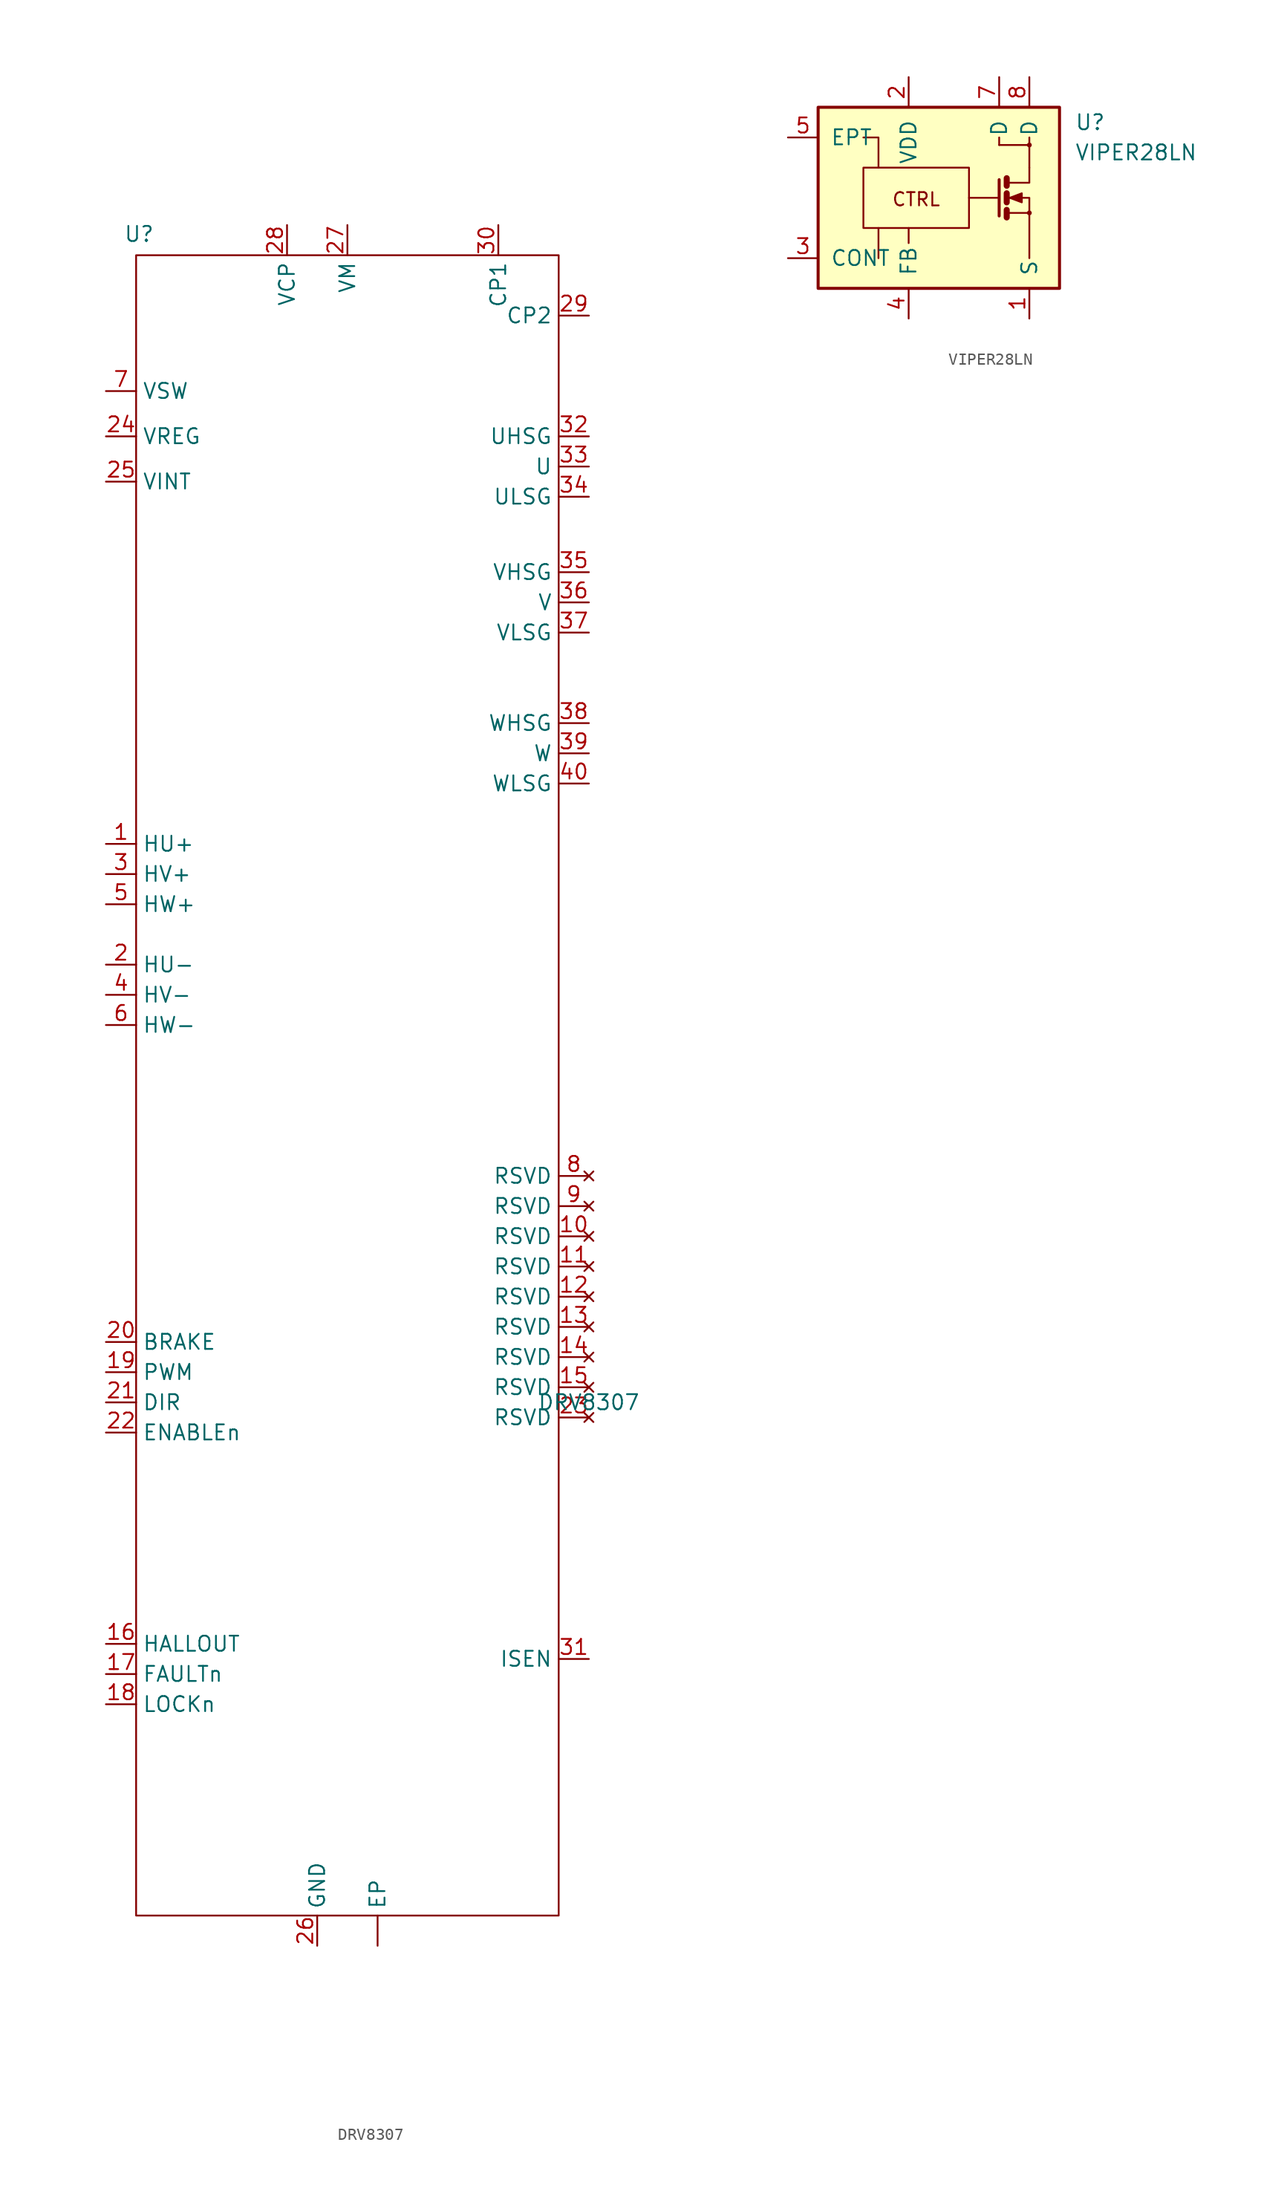
<source format=kicad_sym>
(kicad_symbol_lib
  (version 20231120)
  (generator "kicad_symbol_editor")
  (generator_version "8.0")
  (symbol "DRV8307"
    (property "Reference" "U"
      (at -17.526 72.898 0)
      (effects (font (size 1.27 1.27))))
    (property "Value" "DRV8307"
      (at 20.32 -25.4 0)
      (effects (font (size 1.27 1.27))))
    (symbol "DRV8307_1_0"
      (pin power_in line (at 2.54 -71.12 90) (length 2.54) (name "EP" (effects (font (size 1.27 1.27)))) (number "" (effects (font (size 1.27 1.27)))))
      (pin input line (at -20.32 21.59 0) (length 2.54) (name "HU+" (effects (font (size 1.27 1.27)))) (number "1" (effects (font (size 1.27 1.27)))))
      (pin no_connect line (at 20.32 -11.43 180) (length 2.54) (name "RSVD" (effects (font (size 1.27 1.27)))) (number "10" (effects (font (size 1.27 1.27)))))
      (pin no_connect line (at 20.32 -13.97 180) (length 2.54) (name "RSVD" (effects (font (size 1.27 1.27)))) (number "11" (effects (font (size 1.27 1.27)))))
      (pin no_connect line (at 20.32 -16.51 180) (length 2.54) (name "RSVD" (effects (font (size 1.27 1.27)))) (number "12" (effects (font (size 1.27 1.27)))))
      (pin no_connect line (at 20.32 -19.05 180) (length 2.54) (name "RSVD" (effects (font (size 1.27 1.27)))) (number "13" (effects (font (size 1.27 1.27)))))
      (pin no_connect line (at 20.32 -21.59 180) (length 2.54) (name "RSVD" (effects (font (size 1.27 1.27)))) (number "14" (effects (font (size 1.27 1.27)))))
      (pin no_connect line (at 20.32 -24.13 180) (length 2.54) (name "RSVD" (effects (font (size 1.27 1.27)))) (number "15" (effects (font (size 1.27 1.27)))))
      (pin open_collector line (at -20.32 -45.72 0) (length 2.54) (name "HALLOUT" (effects (font (size 1.27 1.27)))) (number "16" (effects (font (size 1.27 1.27)))))
      (pin open_collector line (at -20.32 -48.26 0) (length 2.54) (name "FAULTn" (effects (font (size 1.27 1.27)))) (number "17" (effects (font (size 1.27 1.27)))))
      (pin open_collector line (at -20.32 -50.8 0) (length 2.54) (name "LOCKn" (effects (font (size 1.27 1.27)))) (number "18" (effects (font (size 1.27 1.27)))))
      (pin input line (at -20.32 -22.86 0) (length 2.54) (name "PWM" (effects (font (size 1.27 1.27)))) (number "19" (effects (font (size 1.27 1.27)))))
      (pin input line (at -20.32 11.43 0) (length 2.54) (name "HU-" (effects (font (size 1.27 1.27)))) (number "2" (effects (font (size 1.27 1.27)))))
      (pin input line (at -20.32 -20.32 0) (length 2.54) (name "BRAKE" (effects (font (size 1.27 1.27)))) (number "20" (effects (font (size 1.27 1.27)))))
      (pin input line (at -20.32 -25.4 0) (length 2.54) (name "DIR" (effects (font (size 1.27 1.27)))) (number "21" (effects (font (size 1.27 1.27)))))
      (pin input line (at -20.32 -27.94 0) (length 2.54) (name "ENABLEn" (effects (font (size 1.27 1.27)))) (number "22" (effects (font (size 1.27 1.27)))))
      (pin no_connect line (at 20.32 -26.67 180) (length 2.54) (name "RSVD" (effects (font (size 1.27 1.27)))) (number "23" (effects (font (size 1.27 1.27)))))
      (pin power_out line (at -20.32 55.88 0) (length 2.54) (name "VREG" (effects (font (size 1.27 1.27)))) (number "24" (effects (font (size 1.27 1.27)))))
      (pin bidirectional line (at -20.32 52.07 0) (length 2.54) (name "VINT" (effects (font (size 1.27 1.27)))) (number "25" (effects (font (size 1.27 1.27)))))
      (pin input line (at -2.54 -71.12 90) (length 2.54) (name "GND" (effects (font (size 1.27 1.27)))) (number "26" (effects (font (size 1.27 1.27)))))
      (pin input line (at 0 73.66 270) (length 2.54) (name "VM" (effects (font (size 1.27 1.27)))) (number "27" (effects (font (size 1.27 1.27)))))
      (pin bidirectional line (at -5.08 73.66 270) (length 2.54) (name "VCP" (effects (font (size 1.27 1.27)))) (number "28" (effects (font (size 1.27 1.27)))))
      (pin bidirectional line (at 20.32 66.04 180) (length 2.54) (name "CP2" (effects (font (size 1.27 1.27)))) (number "29" (effects (font (size 1.27 1.27)))))
      (pin input line (at -20.32 19.05 0) (length 2.54) (name "HV+" (effects (font (size 1.27 1.27)))) (number "3" (effects (font (size 1.27 1.27)))))
      (pin bidirectional line (at 12.7 73.66 270) (length 2.54) (name "CP1" (effects (font (size 1.27 1.27)))) (number "30" (effects (font (size 1.27 1.27)))))
      (pin input line (at 20.32 -46.99 180) (length 2.54) (name "ISEN" (effects (font (size 1.27 1.27)))) (number "31" (effects (font (size 1.27 1.27)))))
      (pin output line (at 20.32 55.88 180) (length 2.54) (name "UHSG" (effects (font (size 1.27 1.27)))) (number "32" (effects (font (size 1.27 1.27)))))
      (pin input line (at 20.32 53.34 180) (length 2.54) (name "U" (effects (font (size 1.27 1.27)))) (number "33" (effects (font (size 1.27 1.27)))))
      (pin output line (at 20.32 50.8 180) (length 2.54) (name "ULSG" (effects (font (size 1.27 1.27)))) (number "34" (effects (font (size 1.27 1.27)))))
      (pin output line (at 20.32 44.45 180) (length 2.54) (name "VHSG" (effects (font (size 1.27 1.27)))) (number "35" (effects (font (size 1.27 1.27)))))
      (pin input line (at 20.32 41.91 180) (length 2.54) (name "V" (effects (font (size 1.27 1.27)))) (number "36" (effects (font (size 1.27 1.27)))))
      (pin output line (at 20.32 39.37 180) (length 2.54) (name "VLSG" (effects (font (size 1.27 1.27)))) (number "37" (effects (font (size 1.27 1.27)))))
      (pin output line (at 20.32 31.75 180) (length 2.54) (name "WHSG" (effects (font (size 1.27 1.27)))) (number "38" (effects (font (size 1.27 1.27)))))
      (pin input line (at 20.32 29.21 180) (length 2.54) (name "W" (effects (font (size 1.27 1.27)))) (number "39" (effects (font (size 1.27 1.27)))))
      (pin input line (at -20.32 8.89 0) (length 2.54) (name "HV-" (effects (font (size 1.27 1.27)))) (number "4" (effects (font (size 1.27 1.27)))))
      (pin output line (at 20.32 26.67 180) (length 2.54) (name "WLSG" (effects (font (size 1.27 1.27)))) (number "40" (effects (font (size 1.27 1.27)))))
      (pin input line (at -20.32 16.51 0) (length 2.54) (name "HW+" (effects (font (size 1.27 1.27)))) (number "5" (effects (font (size 1.27 1.27)))))
      (pin input line (at -20.32 6.35 0) (length 2.54) (name "HW-" (effects (font (size 1.27 1.27)))) (number "6" (effects (font (size 1.27 1.27)))))
      (pin output line (at -20.32 59.69 0) (length 2.54) (name "VSW" (effects (font (size 1.27 1.27)))) (number "7" (effects (font (size 1.27 1.27)))))
      (pin no_connect line (at 20.32 -6.35 180) (length 2.54) (name "RSVD" (effects (font (size 1.27 1.27)))) (number "8" (effects (font (size 1.27 1.27)))))
      (pin no_connect line (at 20.32 -8.89 180) (length 2.54) (name "RSVD" (effects (font (size 1.27 1.27)))) (number "9" (effects (font (size 1.27 1.27))))))
    (symbol "DRV8307_1_1"
      (rectangle (start -17.78 71.12) (end 17.78 -68.58) (stroke (width 0) (type default)) (fill (type none)))))
  (symbol "VIPER28LN"
    (pin_names
      (offset 1.016))
    (property "Reference" "U"
      (at 11.43 6.35 0)
      (effects (font (size 1.27 1.27)) (justify left)))
    (property "Value" "VIPER28LN"
      (at 11.43 3.81 0)
      (effects (font (size 1.27 1.27)) (justify left)))
    (symbol "VIPER28LN_0_0"
      (rectangle (start -10.16 7.62) (end 10.16 -7.62) (stroke (width 0.254) (type default)) (fill (type background)))
      (polyline (pts (xy -5.08 -2.54) (xy -5.08 -5.08)) (stroke (width 0) (type default)) (fill (type none)))
      (polyline (pts (xy 5.08 5.08) (xy 5.08 4.445)) (stroke (width 0) (type default)) (fill (type none)))
      (polyline (pts (xy 7.62 2.54) (xy 7.62 4.445)) (stroke (width 0) (type default)) (fill (type none)))
      (polyline (pts (xy -6.35 5.08) (xy -5.08 5.08) (xy -5.08 2.54)) (stroke (width 0) (type default)) (fill (type none)))
      (circle (center 7.62 -1.27) (radius 0.127) (stroke (width 0) (type default)) (fill (type none)))
      (circle (center 7.62 4.445) (radius 0.127) (stroke (width 0) (type default)) (fill (type none)))
      (text "CTRL" (at -1.905 -0.127 0) (effects (font (size 1.118 1.118)))))
    (symbol "VIPER28LN_0_1"
      (rectangle (start -6.35 -2.54) (end 2.54 2.54) (stroke (width 0) (type default)) (fill (type none)))
      (polyline (pts (xy -2.54 -3.81) (xy -2.54 -2.54)) (stroke (width 0) (type default)) (fill (type none)))
      (polyline (pts (xy 5.08 0) (xy 2.54 0)) (stroke (width 0) (type default)) (fill (type none)))
      (polyline (pts (xy 5.715 -1.27) (xy 7.62 -1.27)) (stroke (width 0) (type default)) (fill (type none)))
      (polyline (pts (xy 5.715 -1.016) (xy 5.715 -1.651)) (stroke (width 0.508) (type default)) (fill (type none)))
      (polyline (pts (xy 5.715 0.381) (xy 5.715 -0.381)) (stroke (width 0.508) (type default)) (fill (type none)))
      (polyline (pts (xy 5.715 1.651) (xy 5.715 1.016)) (stroke (width 0.508) (type default)) (fill (type none)))
      (polyline (pts (xy 5.08 1.524) (xy 5.08 -1.524) (xy 5.08 -1.524)) (stroke (width 0.254) (type default)) (fill (type none)))
      (polyline (pts (xy 5.08 4.445) (xy 7.62 4.445) (xy 7.62 5.08)) (stroke (width 0) (type default)) (fill (type none)))
      (polyline (pts (xy 7.62 -1.27) (xy 7.62 -5.08) (xy 7.62 -3.048)) (stroke (width 0) (type default)) (fill (type none)))
      (polyline (pts (xy 5.842 1.27) (xy 7.62 1.27) (xy 7.62 2.54) (xy 7.62 2.54)) (stroke (width 0) (type default)) (fill (type none)))
      (polyline (pts (xy 5.842 0) (xy 6.35 0) (xy 7.62 0) (xy 7.62 -1.27) (xy 7.62 -1.27)) (stroke (width 0) (type default)) (fill (type none)))
      (polyline (pts (xy 5.969 0) (xy 6.985 0.381) (xy 6.985 -0.381) (xy 5.969 0) (xy 6.096 0) (xy 6.096 0)) (stroke (width 0) (type default)) (fill (type outline))))
    (symbol "VIPER28LN_1_1"
      (pin passive line (at 7.62 -10.16 90) (length 2.54) (name "S" (effects (font (size 1.27 1.27)))) (number "1" (effects (font (size 1.27 1.27)))))
      (pin power_in line (at -2.54 10.16 270) (length 2.54) (name "VDD" (effects (font (size 1.27 1.27)))) (number "2" (effects (font (size 1.27 1.27)))))
      (pin input line (at -12.7 -5.08 0) (length 2.54) (name "CONT" (effects (font (size 1.27 1.27)))) (number "3" (effects (font (size 1.27 1.27)))))
      (pin input line (at -2.54 -10.16 90) (length 2.54) (name "FB" (effects (font (size 1.27 1.27)))) (number "4" (effects (font (size 1.27 1.27)))))
      (pin input line (at -12.7 5.08 0) (length 2.54) (name "EPT" (effects (font (size 1.27 1.27)))) (number "5" (effects (font (size 1.27 1.27)))))
      (pin passive line (at 5.08 10.16 270) (length 2.54) (name "D" (effects (font (size 1.27 1.27)))) (number "7" (effects (font (size 1.27 1.27)))))
      (pin passive line (at 7.62 10.16 270) (length 2.54) (name "D" (effects (font (size 1.27 1.27)))) (number "8" (effects (font (size 1.27 1.27))))))))
</source>
